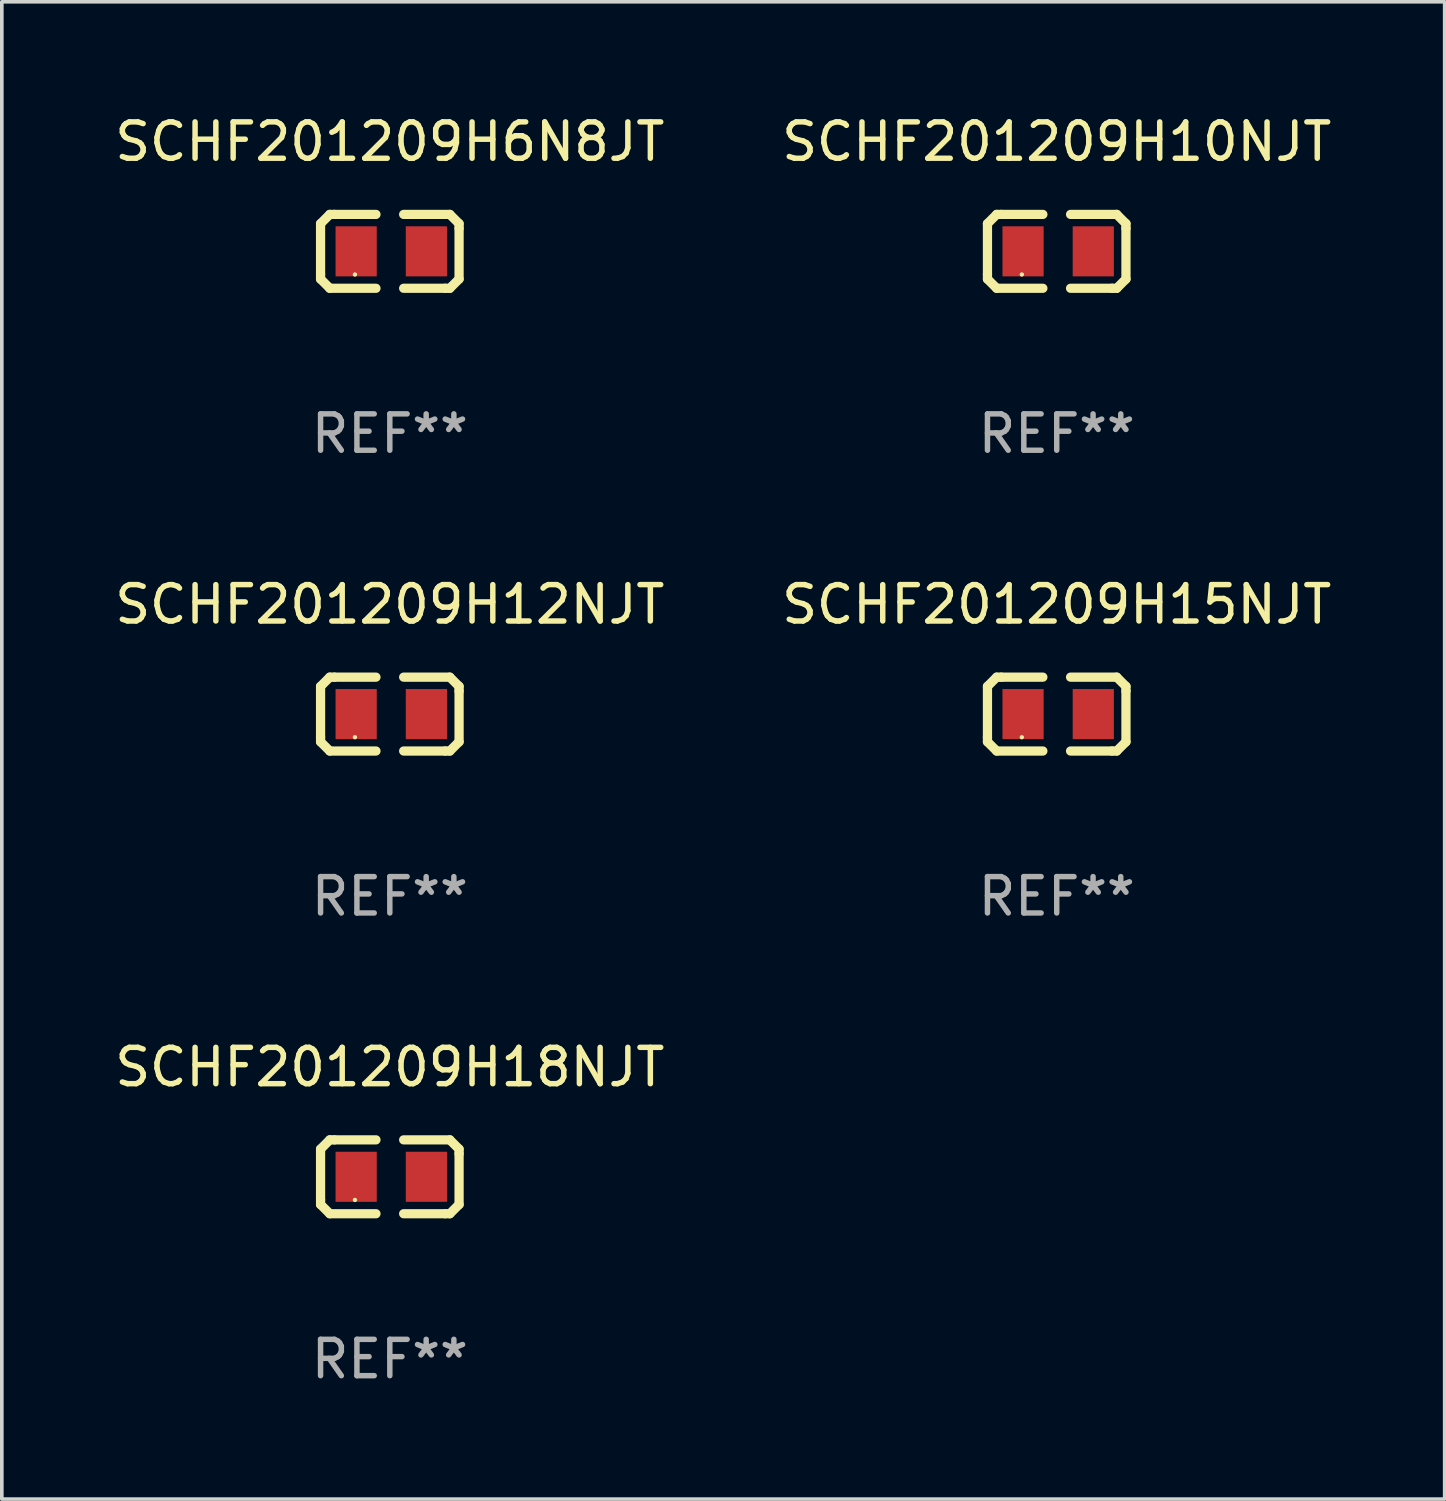
<source format=kicad_pcb>
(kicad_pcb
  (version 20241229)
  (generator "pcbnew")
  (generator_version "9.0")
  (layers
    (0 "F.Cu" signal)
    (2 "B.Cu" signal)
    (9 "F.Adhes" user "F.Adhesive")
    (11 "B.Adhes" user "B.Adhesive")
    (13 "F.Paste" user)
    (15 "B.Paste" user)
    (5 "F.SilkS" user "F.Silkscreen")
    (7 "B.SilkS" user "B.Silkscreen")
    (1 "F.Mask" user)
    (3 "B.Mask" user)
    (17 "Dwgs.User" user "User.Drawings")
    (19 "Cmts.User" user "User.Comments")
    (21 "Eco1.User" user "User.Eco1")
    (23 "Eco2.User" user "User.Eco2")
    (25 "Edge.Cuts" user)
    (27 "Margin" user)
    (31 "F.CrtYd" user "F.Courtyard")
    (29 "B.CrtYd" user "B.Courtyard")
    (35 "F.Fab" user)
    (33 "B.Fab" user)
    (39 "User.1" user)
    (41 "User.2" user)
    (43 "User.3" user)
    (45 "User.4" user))
  (footprint "SCHF201209H15NJT"
    (layer "F.Cu")
    (at 26.018 16.593)
    (property "Reference" "SCHF201209H15NJT" (at 0 -3.016 0) (layer "F.SilkS") (effects (font (size 1 1) (thickness 0.15))))
    (attr through_hole)
    (fp_line (start -1.905 -0.762) (end -1.905 0.635) (stroke (width 0.254) (type solid)) (layer "F.SilkS"))
    (fp_line (start -1.905 0.635) (end -1.905 0.762) (stroke (width 0.254) (type solid)) (layer "F.SilkS"))
    (fp_line (start -1.905 0.762) (end -1.651 1.016) (stroke (width 0.254) (type solid)) (layer "F.SilkS"))
    (fp_line (start -1.651 -1.016) (end -1.905 -0.762) (stroke (width 0.254) (type solid)) (layer "F.SilkS"))
    (fp_line (start -1.651 1.016) (end -0.381 1.016) (stroke (width 0.254) (type solid)) (layer "F.SilkS"))
    (fp_line (start -1.524 -1.016) (end -1.651 -1.016) (stroke (width 0.254) (type solid)) (layer "F.SilkS"))
    (fp_line (start -0.381 -1.016) (end -1.524 -1.016) (stroke (width 0.254) (type solid)) (layer "F.SilkS"))
    (fp_line (start 0.381 1.016) (end 1.524 1.016) (stroke (width 0.254) (type solid)) (layer "F.SilkS"))
    (fp_line (start 1.524 1.016) (end 1.651 1.016) (stroke (width 0.254) (type solid)) (layer "F.SilkS"))
    (fp_line (start 1.651 -1.016) (end 0.381 -1.016) (stroke (width 0.254) (type solid)) (layer "F.SilkS"))
    (fp_line (start 1.651 1.016) (end 1.905 0.762) (stroke (width 0.254) (type solid)) (layer "F.SilkS"))
    (fp_line (start 1.905 -0.762) (end 1.651 -1.016) (stroke (width 0.254) (type solid)) (layer "F.SilkS"))
    (fp_line (start 1.905 -0.635) (end 1.905 -0.762) (stroke (width 0.254) (type solid)) (layer "F.SilkS"))
    (fp_line (start 1.905 0.762) (end 1.905 -0.635) (stroke (width 0.254) (type solid)) (layer "F.SilkS"))
    (fp_circle (center -0.96 0.637) (end -0.93 0.637) (stroke (width 0.06) (type solid)) (fill no) (layer "F.SilkS"))
    (fp_text user "REF**" (at 0 5.016 0) (layer "F.Fab") (effects (font (size 1 1) (thickness 0.15))))
    (pad "1" smd rect (at -0.926 -0.000051) (size 1.133 1.377) (layers "F.Cu" "F.Mask" "F.Paste"))
    (pad "2" smd rect (at 1.006 -0.000051) (size 1.133 1.377) (layers "F.Cu" "F.Mask" "F.Paste")))
  (footprint "SCHF201209H12NJT"
    (layer "F.Cu")
    (at 7.673 16.593)
    (property "Reference" "SCHF201209H12NJT" (at 0 -3.016 0) (layer "F.SilkS") (effects (font (size 1 1) (thickness 0.15))))
    (attr through_hole)
    (fp_line (start -1.905 -0.762) (end -1.905 0.635) (stroke (width 0.254) (type solid)) (layer "F.SilkS"))
    (fp_line (start -1.905 0.635) (end -1.905 0.762) (stroke (width 0.254) (type solid)) (layer "F.SilkS"))
    (fp_line (start -1.905 0.762) (end -1.651 1.016) (stroke (width 0.254) (type solid)) (layer "F.SilkS"))
    (fp_line (start -1.651 -1.016) (end -1.905 -0.762) (stroke (width 0.254) (type solid)) (layer "F.SilkS"))
    (fp_line (start -1.651 1.016) (end -0.381 1.016) (stroke (width 0.254) (type solid)) (layer "F.SilkS"))
    (fp_line (start -1.524 -1.016) (end -1.651 -1.016) (stroke (width 0.254) (type solid)) (layer "F.SilkS"))
    (fp_line (start -0.381 -1.016) (end -1.524 -1.016) (stroke (width 0.254) (type solid)) (layer "F.SilkS"))
    (fp_line (start 0.381 1.016) (end 1.524 1.016) (stroke (width 0.254) (type solid)) (layer "F.SilkS"))
    (fp_line (start 1.524 1.016) (end 1.651 1.016) (stroke (width 0.254) (type solid)) (layer "F.SilkS"))
    (fp_line (start 1.651 -1.016) (end 0.381 -1.016) (stroke (width 0.254) (type solid)) (layer "F.SilkS"))
    (fp_line (start 1.651 1.016) (end 1.905 0.762) (stroke (width 0.254) (type solid)) (layer "F.SilkS"))
    (fp_line (start 1.905 -0.762) (end 1.651 -1.016) (stroke (width 0.254) (type solid)) (layer "F.SilkS"))
    (fp_line (start 1.905 -0.635) (end 1.905 -0.762) (stroke (width 0.254) (type solid)) (layer "F.SilkS"))
    (fp_line (start 1.905 0.762) (end 1.905 -0.635) (stroke (width 0.254) (type solid)) (layer "F.SilkS"))
    (fp_circle (center -0.96 0.637) (end -0.93 0.637) (stroke (width 0.06) (type solid)) (fill no) (layer "F.SilkS"))
    (fp_text user "REF**" (at 0 5.016 0) (layer "F.Fab") (effects (font (size 1 1) (thickness 0.15))))
    (pad "1" smd rect (at -0.926 -0.000051) (size 1.133 1.377) (layers "F.Cu" "F.Mask" "F.Paste"))
    (pad "2" smd rect (at 1.006 -0.000051) (size 1.133 1.377) (layers "F.Cu" "F.Mask" "F.Paste")))
  (footprint "SCHF201209H10NJT"
    (layer "F.Cu")
    (at 26.018 3.864)
    (property "Reference" "SCHF201209H10NJT" (at 0 -3.016 0) (layer "F.SilkS") (effects (font (size 1 1) (thickness 0.15))))
    (attr through_hole)
    (fp_line (start -1.905 -0.762) (end -1.905 0.635) (stroke (width 0.254) (type solid)) (layer "F.SilkS"))
    (fp_line (start -1.905 0.635) (end -1.905 0.762) (stroke (width 0.254) (type solid)) (layer "F.SilkS"))
    (fp_line (start -1.905 0.762) (end -1.651 1.016) (stroke (width 0.254) (type solid)) (layer "F.SilkS"))
    (fp_line (start -1.651 -1.016) (end -1.905 -0.762) (stroke (width 0.254) (type solid)) (layer "F.SilkS"))
    (fp_line (start -1.651 1.016) (end -0.381 1.016) (stroke (width 0.254) (type solid)) (layer "F.SilkS"))
    (fp_line (start -1.524 -1.016) (end -1.651 -1.016) (stroke (width 0.254) (type solid)) (layer "F.SilkS"))
    (fp_line (start -0.381 -1.016) (end -1.524 -1.016) (stroke (width 0.254) (type solid)) (layer "F.SilkS"))
    (fp_line (start 0.381 1.016) (end 1.524 1.016) (stroke (width 0.254) (type solid)) (layer "F.SilkS"))
    (fp_line (start 1.524 1.016) (end 1.651 1.016) (stroke (width 0.254) (type solid)) (layer "F.SilkS"))
    (fp_line (start 1.651 -1.016) (end 0.381 -1.016) (stroke (width 0.254) (type solid)) (layer "F.SilkS"))
    (fp_line (start 1.651 1.016) (end 1.905 0.762) (stroke (width 0.254) (type solid)) (layer "F.SilkS"))
    (fp_line (start 1.905 -0.762) (end 1.651 -1.016) (stroke (width 0.254) (type solid)) (layer "F.SilkS"))
    (fp_line (start 1.905 -0.635) (end 1.905 -0.762) (stroke (width 0.254) (type solid)) (layer "F.SilkS"))
    (fp_line (start 1.905 0.762) (end 1.905 -0.635) (stroke (width 0.254) (type solid)) (layer "F.SilkS"))
    (fp_circle (center -0.96 0.637) (end -0.93 0.637) (stroke (width 0.06) (type solid)) (fill no) (layer "F.SilkS"))
    (fp_text user "REF**" (at 0 5.016 0) (layer "F.Fab") (effects (font (size 1 1) (thickness 0.15))))
    (pad "1" smd rect (at -0.926 -0.000051) (size 1.133 1.377) (layers "F.Cu" "F.Mask" "F.Paste"))
    (pad "2" smd rect (at 1.006 -0.000051) (size 1.133 1.377) (layers "F.Cu" "F.Mask" "F.Paste")))
  (footprint "SCHF201209H18NJT"
    (layer "F.Cu")
    (at 7.673 29.321)
    (property "Reference" "SCHF201209H18NJT" (at 0 -3.016 0) (layer "F.SilkS") (effects (font (size 1 1) (thickness 0.15))))
    (attr through_hole)
    (fp_line (start -1.905 -0.762) (end -1.905 0.635) (stroke (width 0.254) (type solid)) (layer "F.SilkS"))
    (fp_line (start -1.905 0.635) (end -1.905 0.762) (stroke (width 0.254) (type solid)) (layer "F.SilkS"))
    (fp_line (start -1.905 0.762) (end -1.651 1.016) (stroke (width 0.254) (type solid)) (layer "F.SilkS"))
    (fp_line (start -1.651 -1.016) (end -1.905 -0.762) (stroke (width 0.254) (type solid)) (layer "F.SilkS"))
    (fp_line (start -1.651 1.016) (end -0.381 1.016) (stroke (width 0.254) (type solid)) (layer "F.SilkS"))
    (fp_line (start -1.524 -1.016) (end -1.651 -1.016) (stroke (width 0.254) (type solid)) (layer "F.SilkS"))
    (fp_line (start -0.381 -1.016) (end -1.524 -1.016) (stroke (width 0.254) (type solid)) (layer "F.SilkS"))
    (fp_line (start 0.381 1.016) (end 1.524 1.016) (stroke (width 0.254) (type solid)) (layer "F.SilkS"))
    (fp_line (start 1.524 1.016) (end 1.651 1.016) (stroke (width 0.254) (type solid)) (layer "F.SilkS"))
    (fp_line (start 1.651 -1.016) (end 0.381 -1.016) (stroke (width 0.254) (type solid)) (layer "F.SilkS"))
    (fp_line (start 1.651 1.016) (end 1.905 0.762) (stroke (width 0.254) (type solid)) (layer "F.SilkS"))
    (fp_line (start 1.905 -0.762) (end 1.651 -1.016) (stroke (width 0.254) (type solid)) (layer "F.SilkS"))
    (fp_line (start 1.905 -0.635) (end 1.905 -0.762) (stroke (width 0.254) (type solid)) (layer "F.SilkS"))
    (fp_line (start 1.905 0.762) (end 1.905 -0.635) (stroke (width 0.254) (type solid)) (layer "F.SilkS"))
    (fp_circle (center -0.96 0.637) (end -0.93 0.637) (stroke (width 0.06) (type solid)) (fill no) (layer "F.SilkS"))
    (fp_text user "REF**" (at 0 5.016 0) (layer "F.Fab") (effects (font (size 1 1) (thickness 0.15))))
    (pad "1" smd rect (at -0.926 -0.000051) (size 1.133 1.377) (layers "F.Cu" "F.Mask" "F.Paste"))
    (pad "2" smd rect (at 1.006 -0.000051) (size 1.133 1.377) (layers "F.Cu" "F.Mask" "F.Paste")))
  (footprint "SCHF201209H6N8JT"
    (layer "F.Cu")
    (at 7.673 3.864)
    (property "Reference" "SCHF201209H6N8JT" (at 0 -3.016 0) (layer "F.SilkS") (effects (font (size 1 1) (thickness 0.15))))
    (attr through_hole)
    (fp_line (start -1.905 -0.762) (end -1.905 0.635) (stroke (width 0.254) (type solid)) (layer "F.SilkS"))
    (fp_line (start -1.905 0.635) (end -1.905 0.762) (stroke (width 0.254) (type solid)) (layer "F.SilkS"))
    (fp_line (start -1.905 0.762) (end -1.651 1.016) (stroke (width 0.254) (type solid)) (layer "F.SilkS"))
    (fp_line (start -1.651 -1.016) (end -1.905 -0.762) (stroke (width 0.254) (type solid)) (layer "F.SilkS"))
    (fp_line (start -1.651 1.016) (end -0.381 1.016) (stroke (width 0.254) (type solid)) (layer "F.SilkS"))
    (fp_line (start -1.524 -1.016) (end -1.651 -1.016) (stroke (width 0.254) (type solid)) (layer "F.SilkS"))
    (fp_line (start -0.381 -1.016) (end -1.524 -1.016) (stroke (width 0.254) (type solid)) (layer "F.SilkS"))
    (fp_line (start 0.381 1.016) (end 1.524 1.016) (stroke (width 0.254) (type solid)) (layer "F.SilkS"))
    (fp_line (start 1.524 1.016) (end 1.651 1.016) (stroke (width 0.254) (type solid)) (layer "F.SilkS"))
    (fp_line (start 1.651 -1.016) (end 0.381 -1.016) (stroke (width 0.254) (type solid)) (layer "F.SilkS"))
    (fp_line (start 1.651 1.016) (end 1.905 0.762) (stroke (width 0.254) (type solid)) (layer "F.SilkS"))
    (fp_line (start 1.905 -0.762) (end 1.651 -1.016) (stroke (width 0.254) (type solid)) (layer "F.SilkS"))
    (fp_line (start 1.905 -0.635) (end 1.905 -0.762) (stroke (width 0.254) (type solid)) (layer "F.SilkS"))
    (fp_line (start 1.905 0.762) (end 1.905 -0.635) (stroke (width 0.254) (type solid)) (layer "F.SilkS"))
    (fp_circle (center -0.96 0.637) (end -0.93 0.637) (stroke (width 0.06) (type solid)) (fill no) (layer "F.SilkS"))
    (fp_text user "REF**" (at 0 5.016 0) (layer "F.Fab") (effects (font (size 1 1) (thickness 0.15))))
    (pad "1" smd rect (at -0.926 -0.000051) (size 1.133 1.377) (layers "F.Cu" "F.Mask" "F.Paste"))
    (pad "2" smd rect (at 1.006 -0.000051) (size 1.133 1.377) (layers "F.Cu" "F.Mask" "F.Paste")))
  (gr_rect
    (start -3 -3)
    (end 36.69 38.186)
    (stroke (width 0.1) (type default))
    (fill no)
    (layer "Edge.Cuts")))
</source>
